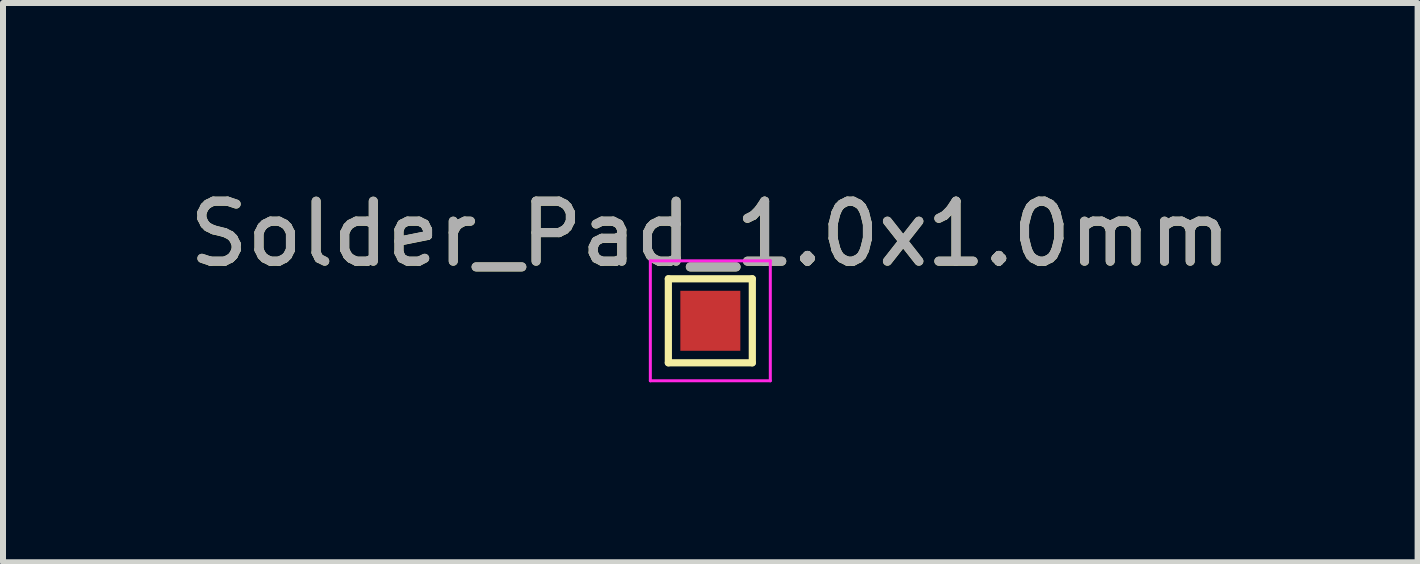
<source format=kicad_pcb>
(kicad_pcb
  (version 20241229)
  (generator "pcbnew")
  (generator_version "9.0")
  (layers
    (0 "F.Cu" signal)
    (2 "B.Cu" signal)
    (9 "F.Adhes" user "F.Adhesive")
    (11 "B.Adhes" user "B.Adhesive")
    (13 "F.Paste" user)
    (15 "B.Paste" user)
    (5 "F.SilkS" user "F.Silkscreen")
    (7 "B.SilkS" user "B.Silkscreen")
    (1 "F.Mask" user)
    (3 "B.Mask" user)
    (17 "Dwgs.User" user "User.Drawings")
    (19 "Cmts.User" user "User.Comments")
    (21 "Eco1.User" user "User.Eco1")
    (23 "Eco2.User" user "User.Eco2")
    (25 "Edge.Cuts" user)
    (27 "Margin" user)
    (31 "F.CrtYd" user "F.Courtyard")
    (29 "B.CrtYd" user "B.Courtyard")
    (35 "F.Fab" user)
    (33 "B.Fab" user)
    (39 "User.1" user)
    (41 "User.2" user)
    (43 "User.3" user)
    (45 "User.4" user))
  (footprint "Solder_Pad_1.0x1.0mm"
    (layer "F.Cu")
    (at 8.792 2.298)
    (property "Reference" "Solder_Pad_1.0x1.0mm" (at 0 -1.448 0) (layer "F.SilkS") (effects (font (size 1 1) (thickness 0.15))))
    (attr exclude_from_pos_files exclude_from_bom)
    (fp_line (start -0.7 -0.7) (end 0.7 -0.7) (stroke (width 0.12) (type solid)) (layer "F.SilkS"))
    (fp_line (start -0.7 0.7) (end -0.7 -0.7) (stroke (width 0.12) (type solid)) (layer "F.SilkS"))
    (fp_line (start 0.7 -0.7) (end 0.7 0.7) (stroke (width 0.12) (type solid)) (layer "F.SilkS"))
    (fp_line (start 0.7 0.7) (end -0.7 0.7) (stroke (width 0.12) (type solid)) (layer "F.SilkS"))
    (fp_line (start -1 -1) (end -1 1) (stroke (width 0.05) (type solid)) (layer "F.CrtYd"))
    (fp_line (start -1 -1) (end 1 -1) (stroke (width 0.05) (type solid)) (layer "F.CrtYd"))
    (fp_line (start 1 1) (end -1 1) (stroke (width 0.05) (type solid)) (layer "F.CrtYd"))
    (fp_line (start 1 1) (end 1 -1) (stroke (width 0.05) (type solid)) (layer "F.CrtYd"))
    (fp_text user "${REFERENCE}" (at 0 -1.45 0) (layer "F.Fab") (effects (font (size 1 1) (thickness 0.15))))
    (pad "1" smd rect (at 0 0) (size 1 1) (layers "F.Cu" "F.Mask")))
  (gr_rect
    (start -3 -3)
    (end 20.583 6.323)
    (stroke (width 0.1) (type default))
    (fill no)
    (layer "Edge.Cuts")))
</source>
